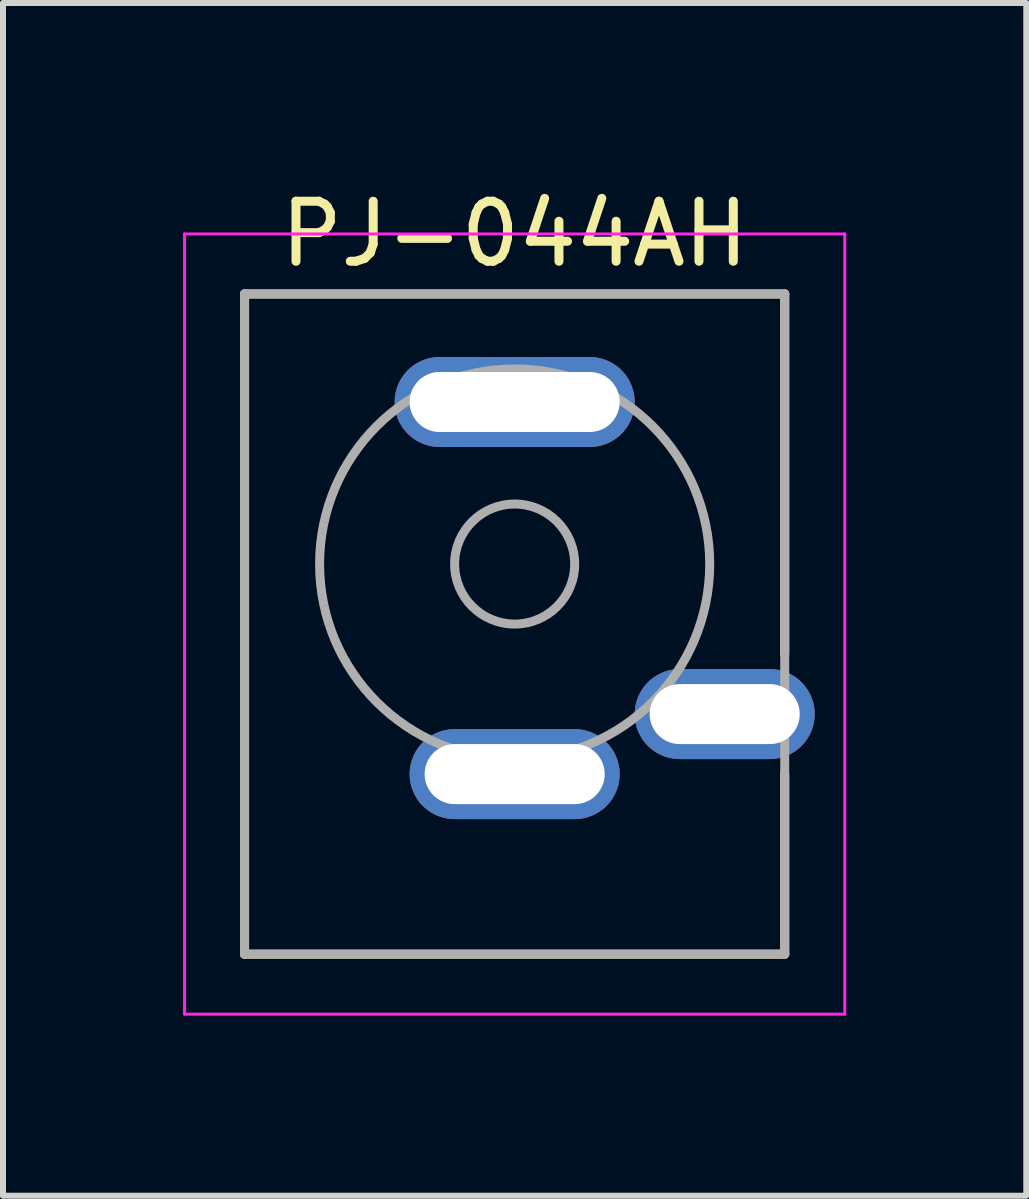
<source format=kicad_pcb>
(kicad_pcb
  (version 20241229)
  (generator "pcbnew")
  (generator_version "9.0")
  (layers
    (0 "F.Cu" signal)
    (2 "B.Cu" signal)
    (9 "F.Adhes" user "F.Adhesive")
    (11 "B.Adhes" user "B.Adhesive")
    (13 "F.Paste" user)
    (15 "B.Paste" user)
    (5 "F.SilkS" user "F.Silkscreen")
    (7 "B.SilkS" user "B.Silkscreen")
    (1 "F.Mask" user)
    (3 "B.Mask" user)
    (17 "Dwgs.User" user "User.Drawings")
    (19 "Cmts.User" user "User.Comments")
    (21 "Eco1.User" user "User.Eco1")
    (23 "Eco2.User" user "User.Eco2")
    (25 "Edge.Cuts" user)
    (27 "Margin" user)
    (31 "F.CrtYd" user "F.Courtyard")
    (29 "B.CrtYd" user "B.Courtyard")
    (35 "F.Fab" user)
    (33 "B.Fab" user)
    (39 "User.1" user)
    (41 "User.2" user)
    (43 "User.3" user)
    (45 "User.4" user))
  (footprint "PJ-044AH"
    (layer "F.Cu")
    (at 5.525 6.348)
    (property "Reference" "PJ-044AH" (at 0 -5.5 0) (layer "F.SilkS") (effects (font (size 1 1) (thickness 0.15))))
    (attr smd)
    (fp_line (start -4.5 -4.5) (end -4.5 6.5) (stroke (width 0.15) (type solid)) (layer "F.SilkS"))
    (fp_line (start -4.5 -4.5) (end 4.5 -4.5) (stroke (width 0.15) (type solid)) (layer "F.SilkS"))
    (fp_line (start -4.5 6.5) (end 4.5 6.5) (stroke (width 0.15) (type solid)) (layer "F.SilkS"))
    (fp_line (start 4.5 -4.5) (end 4.5 1.5) (stroke (width 0.15) (type solid)) (layer "F.SilkS"))
    (fp_line (start 4.5 3.5) (end 4.5 6.5) (stroke (width 0.15) (type solid)) (layer "F.SilkS"))
    (fp_line (start -5.5 -5.5) (end -5.5 7.5) (stroke (width 0.05) (type solid)) (layer "F.CrtYd"))
    (fp_line (start -5.5 -5.5) (end 5.5 -5.5) (stroke (width 0.05) (type solid)) (layer "F.CrtYd"))
    (fp_line (start -5.5 7.5) (end 5.5 7.5) (stroke (width 0.05) (type solid)) (layer "F.CrtYd"))
    (fp_line (start 5.5 -5.5) (end 5.5 7.5) (stroke (width 0.05) (type solid)) (layer "F.CrtYd"))
    (fp_line (start -4.5 -4.5) (end -4.5 6.5) (stroke (width 0.15) (type solid)) (layer "F.Fab"))
    (fp_line (start -4.5 -4.5) (end 4.5 -4.5) (stroke (width 0.15) (type solid)) (layer "F.Fab"))
    (fp_line (start -4.5 6.5) (end 4.5 6.5) (stroke (width 0.15) (type solid)) (layer "F.Fab"))
    (fp_line (start 4.5 -4.5) (end 4.5 6.5) (stroke (width 0.15) (type solid)) (layer "F.Fab"))
    (fp_circle (center 0 0) (end 0 1) (stroke (width 0.15) (type solid)) (fill no) (layer "F.Fab"))
    (fp_circle (center 0 0) (end 0 3.25) (stroke (width 0.15) (type solid)) (fill no) (layer "F.Fab"))
    (pad "1" thru_hole oval (at 0 -2.7) (size 4 1.5) (drill oval 3.5 1) (layers "*.Cu" "*.Mask"))
    (pad "2" thru_hole oval (at 0 3.5) (size 3.5 1.5) (drill oval 3 1) (layers "*.Cu" "*.Mask"))
    (pad "3" thru_hole oval (at 3.5 2.5) (size 3 1.5) (drill oval 2.5 1) (layers "*.Cu" "*.Mask")))
  (gr_rect
    (start -3 -3)
    (end 14.05 16.873)
    (stroke (width 0.1) (type default))
    (fill no)
    (layer "Edge.Cuts")))
</source>
